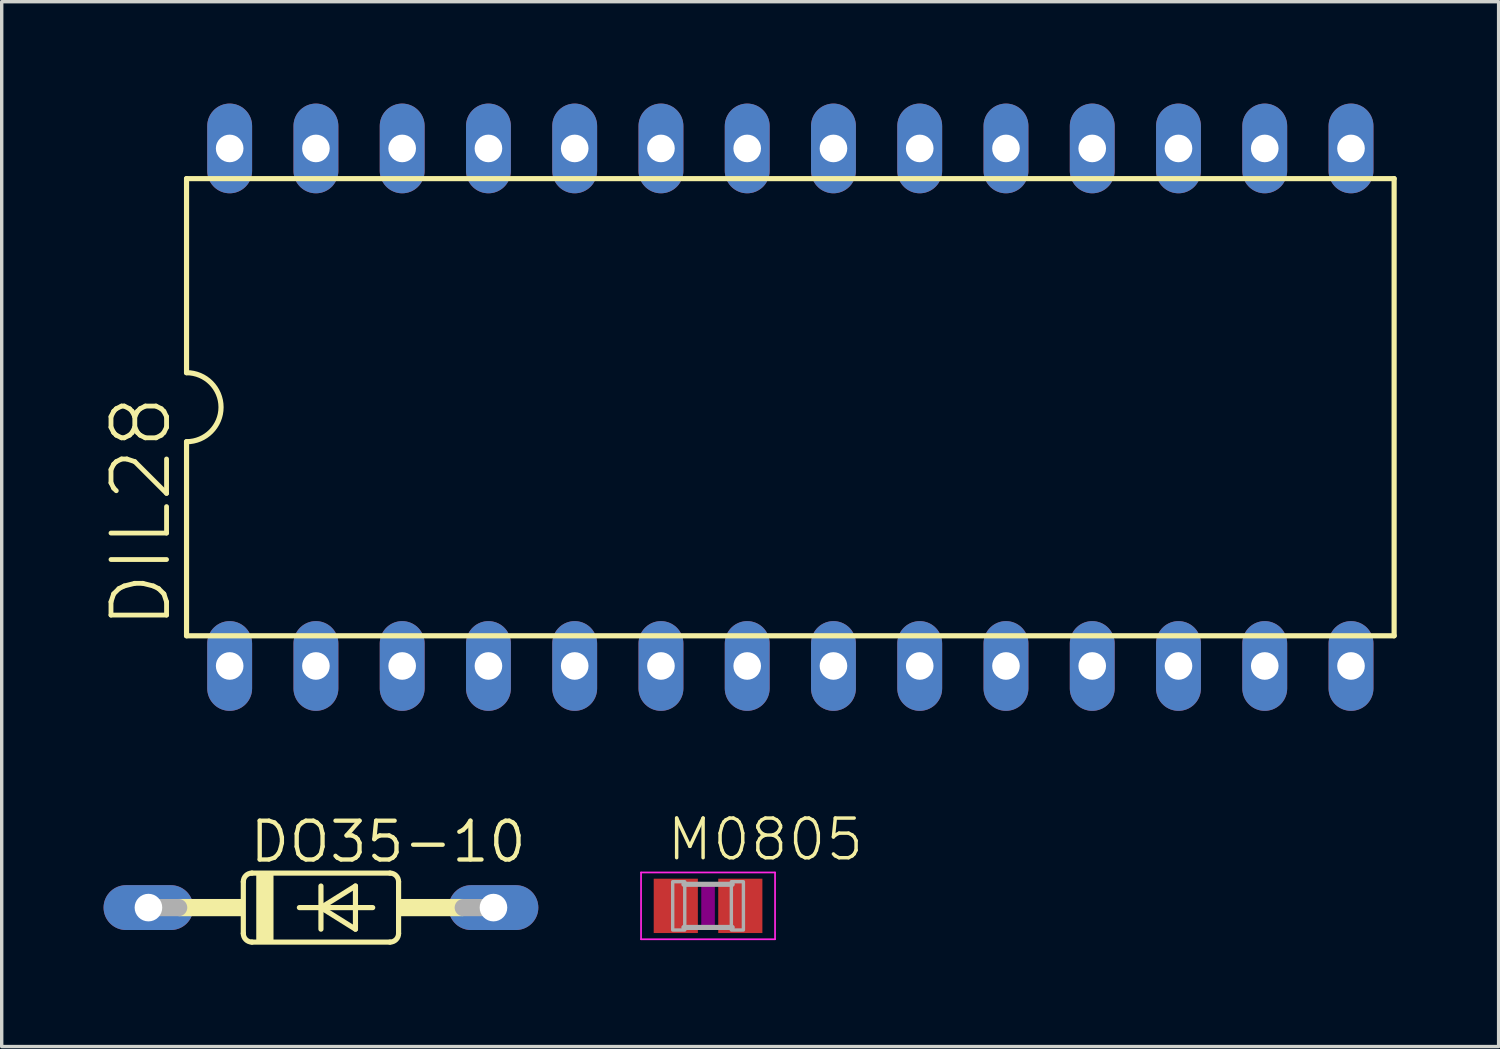
<source format=kicad_pcb>
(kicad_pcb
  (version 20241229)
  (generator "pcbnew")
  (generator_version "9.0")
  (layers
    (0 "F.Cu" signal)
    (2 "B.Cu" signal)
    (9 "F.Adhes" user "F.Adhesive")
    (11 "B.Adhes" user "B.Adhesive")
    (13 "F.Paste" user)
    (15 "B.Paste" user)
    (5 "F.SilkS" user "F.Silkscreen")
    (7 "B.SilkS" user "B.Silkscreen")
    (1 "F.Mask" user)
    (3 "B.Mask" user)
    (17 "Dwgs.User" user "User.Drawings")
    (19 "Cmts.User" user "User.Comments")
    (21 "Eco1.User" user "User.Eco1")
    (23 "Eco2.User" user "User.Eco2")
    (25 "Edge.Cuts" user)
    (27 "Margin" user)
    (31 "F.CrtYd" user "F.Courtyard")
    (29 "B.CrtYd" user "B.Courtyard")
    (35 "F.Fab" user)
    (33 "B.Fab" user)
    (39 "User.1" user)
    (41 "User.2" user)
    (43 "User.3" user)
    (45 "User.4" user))
  (footprint "DIL28"
    (layer "F.Cu")
    (at 20.223 8.941)
    (property "Reference" "DIL28" (at -18.161 6.604 90) (layer "F.SilkS") (effects (font (size 1.636 1.636) (thickness 0.142)) (justify left bottom)))
    (fp_line (start -17.78 -6.731) (end -17.78 -1.016) (stroke (width 0.152) (type solid)) (layer "F.SilkS"))
    (fp_line (start -17.78 6.731) (end -17.78 1.016) (stroke (width 0.152) (type solid)) (layer "F.SilkS"))
    (fp_line (start -17.78 6.731) (end 17.78 6.731) (stroke (width 0.152) (type solid)) (layer "F.SilkS"))
    (fp_line (start 17.78 -6.731) (end -17.78 -6.731) (stroke (width 0.152) (type solid)) (layer "F.SilkS"))
    (fp_line (start 17.78 -6.731) (end 17.78 6.731) (stroke (width 0.152) (type solid)) (layer "F.SilkS"))
    (fp_arc (start -17.78 -1.016) (mid -16.764 0) (end -17.78 1.016) (stroke (width 0.1524) (type solid)) (layer "F.SilkS"))
    (pad "1" thru_hole oval (at -16.51 7.62 90) (size 2.642 1.321) (drill 0.813) (layers "*.Cu" "*.Mask"))
    (pad "2" thru_hole oval (at -13.97 7.62 90) (size 2.642 1.321) (drill 0.813) (layers "*.Cu" "*.Mask"))
    (pad "3" thru_hole oval (at -11.43 7.62 90) (size 2.642 1.321) (drill 0.813) (layers "*.Cu" "*.Mask"))
    (pad "4" thru_hole oval (at -8.89 7.62 90) (size 2.642 1.321) (drill 0.813) (layers "*.Cu" "*.Mask"))
    (pad "5" thru_hole oval (at -6.35 7.62 90) (size 2.642 1.321) (drill 0.813) (layers "*.Cu" "*.Mask"))
    (pad "6" thru_hole oval (at -3.81 7.62 90) (size 2.642 1.321) (drill 0.813) (layers "*.Cu" "*.Mask"))
    (pad "7" thru_hole oval (at -1.27 7.62 90) (size 2.642 1.321) (drill 0.813) (layers "*.Cu" "*.Mask"))
    (pad "8" thru_hole oval (at 1.27 7.62 90) (size 2.642 1.321) (drill 0.813) (layers "*.Cu" "*.Mask"))
    (pad "9" thru_hole oval (at 3.81 7.62 90) (size 2.642 1.321) (drill 0.813) (layers "*.Cu" "*.Mask"))
    (pad "10" thru_hole oval (at 6.35 7.62 90) (size 2.642 1.321) (drill 0.813) (layers "*.Cu" "*.Mask"))
    (pad "11" thru_hole oval (at 8.89 7.62 90) (size 2.642 1.321) (drill 0.813) (layers "*.Cu" "*.Mask"))
    (pad "12" thru_hole oval (at 11.43 7.62 90) (size 2.642 1.321) (drill 0.813) (layers "*.Cu" "*.Mask"))
    (pad "13" thru_hole oval (at 13.97 7.62 90) (size 2.642 1.321) (drill 0.813) (layers "*.Cu" "*.Mask"))
    (pad "14" thru_hole oval (at 16.51 7.62 90) (size 2.642 1.321) (drill 0.813) (layers "*.Cu" "*.Mask"))
    (pad "15" thru_hole oval (at 16.51 -7.62 90) (size 2.642 1.321) (drill 0.813) (layers "*.Cu" "*.Mask"))
    (pad "16" thru_hole oval (at 13.97 -7.62 90) (size 2.642 1.321) (drill 0.813) (layers "*.Cu" "*.Mask"))
    (pad "17" thru_hole oval (at 11.43 -7.62 90) (size 2.642 1.321) (drill 0.813) (layers "*.Cu" "*.Mask"))
    (pad "18" thru_hole oval (at 8.89 -7.62 90) (size 2.642 1.321) (drill 0.813) (layers "*.Cu" "*.Mask"))
    (pad "19" thru_hole oval (at 6.35 -7.62 90) (size 2.642 1.321) (drill 0.813) (layers "*.Cu" "*.Mask"))
    (pad "20" thru_hole oval (at 3.81 -7.62 90) (size 2.642 1.321) (drill 0.813) (layers "*.Cu" "*.Mask"))
    (pad "21" thru_hole oval (at 1.27 -7.62 90) (size 2.642 1.321) (drill 0.813) (layers "*.Cu" "*.Mask"))
    (pad "22" thru_hole oval (at -1.27 -7.62 90) (size 2.642 1.321) (drill 0.813) (layers "*.Cu" "*.Mask"))
    (pad "23" thru_hole oval (at -3.81 -7.62 90) (size 2.642 1.321) (drill 0.813) (layers "*.Cu" "*.Mask"))
    (pad "24" thru_hole oval (at -6.35 -7.62 90) (size 2.642 1.321) (drill 0.813) (layers "*.Cu" "*.Mask"))
    (pad "25" thru_hole oval (at -8.89 -7.62 90) (size 2.642 1.321) (drill 0.813) (layers "*.Cu" "*.Mask"))
    (pad "26" thru_hole oval (at -11.43 -7.62 90) (size 2.642 1.321) (drill 0.813) (layers "*.Cu" "*.Mask"))
    (pad "27" thru_hole oval (at -13.97 -7.62 90) (size 2.642 1.321) (drill 0.813) (layers "*.Cu" "*.Mask"))
    (pad "28" thru_hole oval (at -16.51 -7.62 90) (size 2.642 1.321) (drill 0.813) (layers "*.Cu" "*.Mask")))
  (footprint "DO35-10"
    (layer "F.Cu")
    (at 6.401 23.676)
    (property "Reference" "DO35-10" (at -2.159 -1.27 0) (layer "F.SilkS") (effects (font (size 1.143 1.143) (thickness 0.127)) (justify left bottom)))
    (fp_line (start -2.286 -0.762) (end -2.286 0.762) (stroke (width 0.152) (type solid)) (layer "F.SilkS"))
    (fp_line (start -2.032 -1.016) (end 2.032 -1.016) (stroke (width 0.152) (type solid)) (layer "F.SilkS"))
    (fp_line (start -2.032 1.016) (end 2.032 1.016) (stroke (width 0.152) (type solid)) (layer "F.SilkS"))
    (fp_line (start -0.635 0) (end 0 0) (stroke (width 0.152) (type solid)) (layer "F.SilkS"))
    (fp_line (start 0 -0.635) (end 0 0) (stroke (width 0.152) (type solid)) (layer "F.SilkS"))
    (fp_line (start 0 0) (end 0 0.635) (stroke (width 0.152) (type solid)) (layer "F.SilkS"))
    (fp_line (start 0 0) (end 1.016 -0.635) (stroke (width 0.152) (type solid)) (layer "F.SilkS"))
    (fp_line (start 0 0) (end 1.524 0) (stroke (width 0.152) (type solid)) (layer "F.SilkS"))
    (fp_line (start 1.016 -0.635) (end 1.016 0.635) (stroke (width 0.152) (type solid)) (layer "F.SilkS"))
    (fp_line (start 1.016 0.635) (end 0 0) (stroke (width 0.152) (type solid)) (layer "F.SilkS"))
    (fp_line (start 2.286 0.762) (end 2.286 -0.762) (stroke (width 0.152) (type solid)) (layer "F.SilkS"))
    (fp_arc (start -2.286 -0.762) (mid -2.211605 -0.941605) (end -2.032 -1.016) (stroke (width 0.1524) (type solid)) (layer "F.SilkS"))
    (fp_arc (start -2.032 1.016) (mid -2.211605 0.941605) (end -2.286 0.762) (stroke (width 0.1524) (type solid)) (layer "F.SilkS"))
    (fp_arc (start 2.032 -1.016) (mid 2.211605 -0.941605) (end 2.286 -0.762) (stroke (width 0.1524) (type solid)) (layer "F.SilkS"))
    (fp_arc (start 2.286 0.762) (mid 2.211605 0.941605) (end 2.032 1.016) (stroke (width 0.1524) (type solid)) (layer "F.SilkS"))
    (fp_poly (pts (xy -4.191 0.254) (xy -2.286 0.254) (xy -2.286 -0.254) (xy -4.191 -0.254)) (stroke (width 0) (type default)) (fill yes) (layer "F.SilkS"))
    (fp_poly (pts (xy -1.905 1.016) (xy -1.397 1.016) (xy -1.397 -1.016) (xy -1.905 -1.016)) (stroke (width 0) (type default)) (fill yes) (layer "F.SilkS"))
    (fp_poly (pts (xy 2.286 0.254) (xy 4.191 0.254) (xy 4.191 -0.254) (xy 2.286 -0.254)) (stroke (width 0) (type default)) (fill yes) (layer "F.SilkS"))
    (fp_line (start -5.08 0) (end -4.191 0) (stroke (width 0.508) (type solid)) (layer "F.Fab"))
    (fp_line (start 5.08 0) (end 4.191 0) (stroke (width 0.508) (type solid)) (layer "F.Fab"))
    (pad "A" thru_hole oval (at 5.08 0) (size 2.642 1.321) (drill 0.813) (layers "*.Cu" "*.Mask"))
    (pad "C" thru_hole oval (at -5.08 0) (size 2.642 1.321) (drill 0.813) (layers "*.Cu" "*.Mask")))
  (footprint "M0805"
    (layer "F.Cu")
    (at 17.8 23.625)
    (property "Reference" "M0805" (at -1.27 -1.27 0) (layer "F.SilkS") (effects (font (size 1.168 1.168) (thickness 0.102)) (justify left bottom)))
    (fp_poly (pts (xy -0.2 0.6) (xy 0.2 0.6) (xy 0.2 -0.6) (xy -0.2 -0.6)) (stroke (width 0) (type default)) (fill yes) (layer "F.Adhes"))
    (fp_line (start -1.973 -0.983) (end 1.973 -0.983) (stroke (width 0.051) (type solid)) (layer "F.CrtYd"))
    (fp_line (start -1.973 0.983) (end -1.973 -0.983) (stroke (width 0.051) (type solid)) (layer "F.CrtYd"))
    (fp_line (start 1.973 -0.983) (end 1.973 0.983) (stroke (width 0.051) (type solid)) (layer "F.CrtYd"))
    (fp_line (start 1.973 0.983) (end -1.973 0.983) (stroke (width 0.051) (type solid)) (layer "F.CrtYd"))
    (fp_line (start 0.711 -0.635) (end -0.711 -0.635) (stroke (width 0.152) (type solid)) (layer "F.Fab"))
    (fp_line (start 0.711 0.635) (end -0.711 0.635) (stroke (width 0.152) (type solid)) (layer "F.Fab"))
    (fp_poly (pts (xy -1.041 0.711) (xy -0.686 0.711) (xy -0.686 -0.711) (xy -1.041 -0.711)) (stroke (width 0.1) (type default)) (fill no) (layer "F.Fab"))
    (fp_poly (pts (xy 0.686 0.711) (xy 1.041 0.711) (xy 1.041 -0.711) (xy 0.686 -0.711)) (stroke (width 0.1) (type default)) (fill no) (layer "F.Fab"))
    (pad "1" smd rect (at -0.95 0) (size 1.3 1.6) (layers "F.Cu" "F.Mask" "F.Paste"))
    (pad "2" smd rect (at 0.95 0) (size 1.3 1.6) (layers "F.Cu" "F.Mask" "F.Paste")))
  (gr_rect
    (start -3 -3)
    (end 41.08 27.768)
    (stroke (width 0.1) (type default))
    (fill no)
    (layer "Edge.Cuts")))
</source>
